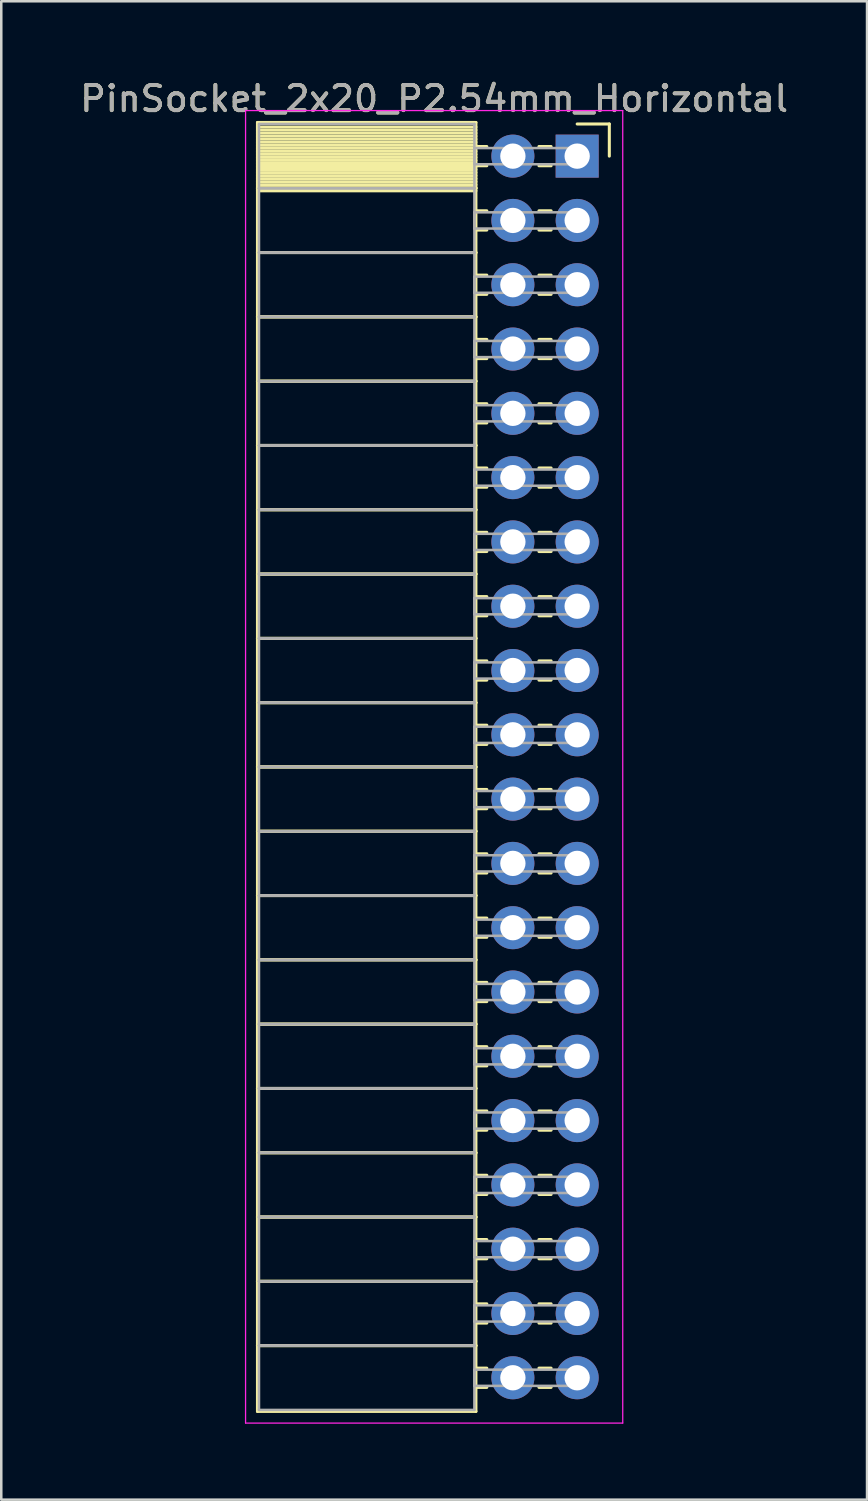
<source format=kicad_pcb>
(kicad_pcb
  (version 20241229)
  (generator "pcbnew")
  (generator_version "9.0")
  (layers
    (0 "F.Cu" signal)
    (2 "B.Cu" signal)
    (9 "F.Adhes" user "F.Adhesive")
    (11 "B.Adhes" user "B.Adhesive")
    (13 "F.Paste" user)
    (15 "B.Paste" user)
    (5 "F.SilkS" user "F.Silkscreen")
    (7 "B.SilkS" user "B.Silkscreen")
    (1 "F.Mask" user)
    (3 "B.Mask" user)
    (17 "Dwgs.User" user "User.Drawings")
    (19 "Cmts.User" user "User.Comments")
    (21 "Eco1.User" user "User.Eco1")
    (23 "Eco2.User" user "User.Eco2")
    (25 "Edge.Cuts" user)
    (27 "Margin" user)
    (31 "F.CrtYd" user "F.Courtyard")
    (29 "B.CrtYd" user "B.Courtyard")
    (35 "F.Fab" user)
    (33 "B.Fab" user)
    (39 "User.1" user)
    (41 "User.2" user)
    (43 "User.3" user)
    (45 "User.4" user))
  (footprint "PinSocket_2x20_P2.54mm_Horizontal"
    (layer "F.Cu")
    (at 19.751 3.118)
    (property "Reference" "PinSocket_2x20_P2.54mm_Horizontal" (at -5.65 -2.27 0) (layer "F.SilkS") (effects (font (size 1 1) (thickness 0.15))))
    (attr through_hole)
    (fp_line (start -12.63 -1.33) (end -4 -1.33) (stroke (width 0.12) (type solid)) (layer "F.SilkS"))
    (fp_line (start -12.63 1.27) (end -12.63 -1.33) (stroke (width 0.12) (type solid)) (layer "F.SilkS"))
    (fp_line (start -12.63 1.27) (end -4 1.27) (stroke (width 0.12) (type solid)) (layer "F.SilkS"))
    (fp_line (start -12.63 3.81) (end -12.63 1.27) (stroke (width 0.12) (type solid)) (layer "F.SilkS"))
    (fp_line (start -12.63 3.81) (end -4 3.81) (stroke (width 0.12) (type solid)) (layer "F.SilkS"))
    (fp_line (start -12.63 6.35) (end -12.63 3.81) (stroke (width 0.12) (type solid)) (layer "F.SilkS"))
    (fp_line (start -12.63 6.35) (end -4 6.35) (stroke (width 0.12) (type solid)) (layer "F.SilkS"))
    (fp_line (start -12.63 8.89) (end -12.63 6.35) (stroke (width 0.12) (type solid)) (layer "F.SilkS"))
    (fp_line (start -12.63 8.89) (end -4 8.89) (stroke (width 0.12) (type solid)) (layer "F.SilkS"))
    (fp_line (start -12.63 11.43) (end -12.63 8.89) (stroke (width 0.12) (type solid)) (layer "F.SilkS"))
    (fp_line (start -12.63 11.43) (end -4 11.43) (stroke (width 0.12) (type solid)) (layer "F.SilkS"))
    (fp_line (start -12.63 13.97) (end -12.63 11.43) (stroke (width 0.12) (type solid)) (layer "F.SilkS"))
    (fp_line (start -12.63 13.97) (end -4 13.97) (stroke (width 0.12) (type solid)) (layer "F.SilkS"))
    (fp_line (start -12.63 16.51) (end -12.63 13.97) (stroke (width 0.12) (type solid)) (layer "F.SilkS"))
    (fp_line (start -12.63 16.51) (end -4 16.51) (stroke (width 0.12) (type solid)) (layer "F.SilkS"))
    (fp_line (start -12.63 19.05) (end -12.63 16.51) (stroke (width 0.12) (type solid)) (layer "F.SilkS"))
    (fp_line (start -12.63 19.05) (end -4 19.05) (stroke (width 0.12) (type solid)) (layer "F.SilkS"))
    (fp_line (start -12.63 21.59) (end -12.63 19.05) (stroke (width 0.12) (type solid)) (layer "F.SilkS"))
    (fp_line (start -12.63 21.59) (end -4 21.59) (stroke (width 0.12) (type solid)) (layer "F.SilkS"))
    (fp_line (start -12.63 24.13) (end -12.63 21.59) (stroke (width 0.12) (type solid)) (layer "F.SilkS"))
    (fp_line (start -12.63 24.13) (end -4 24.13) (stroke (width 0.12) (type solid)) (layer "F.SilkS"))
    (fp_line (start -12.63 26.67) (end -12.63 24.13) (stroke (width 0.12) (type solid)) (layer "F.SilkS"))
    (fp_line (start -12.63 26.67) (end -4 26.67) (stroke (width 0.12) (type solid)) (layer "F.SilkS"))
    (fp_line (start -12.63 29.21) (end -12.63 26.67) (stroke (width 0.12) (type solid)) (layer "F.SilkS"))
    (fp_line (start -12.63 29.21) (end -4 29.21) (stroke (width 0.12) (type solid)) (layer "F.SilkS"))
    (fp_line (start -12.63 31.75) (end -12.63 29.21) (stroke (width 0.12) (type solid)) (layer "F.SilkS"))
    (fp_line (start -12.63 31.75) (end -4 31.75) (stroke (width 0.12) (type solid)) (layer "F.SilkS"))
    (fp_line (start -12.63 34.29) (end -12.63 31.75) (stroke (width 0.12) (type solid)) (layer "F.SilkS"))
    (fp_line (start -12.63 34.29) (end -4 34.29) (stroke (width 0.12) (type solid)) (layer "F.SilkS"))
    (fp_line (start -12.63 36.83) (end -12.63 34.29) (stroke (width 0.12) (type solid)) (layer "F.SilkS"))
    (fp_line (start -12.63 36.83) (end -4 36.83) (stroke (width 0.12) (type solid)) (layer "F.SilkS"))
    (fp_line (start -12.63 39.37) (end -12.63 36.83) (stroke (width 0.12) (type solid)) (layer "F.SilkS"))
    (fp_line (start -12.63 39.37) (end -4 39.37) (stroke (width 0.12) (type solid)) (layer "F.SilkS"))
    (fp_line (start -12.63 41.91) (end -12.63 39.37) (stroke (width 0.12) (type solid)) (layer "F.SilkS"))
    (fp_line (start -12.63 41.91) (end -4 41.91) (stroke (width 0.12) (type solid)) (layer "F.SilkS"))
    (fp_line (start -12.63 44.45) (end -12.63 41.91) (stroke (width 0.12) (type solid)) (layer "F.SilkS"))
    (fp_line (start -12.63 44.45) (end -4 44.45) (stroke (width 0.12) (type solid)) (layer "F.SilkS"))
    (fp_line (start -12.63 46.99) (end -12.63 44.45) (stroke (width 0.12) (type solid)) (layer "F.SilkS"))
    (fp_line (start -12.63 46.99) (end -4 46.99) (stroke (width 0.12) (type solid)) (layer "F.SilkS"))
    (fp_line (start -12.63 49.59) (end -12.63 46.99) (stroke (width 0.12) (type solid)) (layer "F.SilkS"))
    (fp_line (start -4 -1.33) (end -4 1.27) (stroke (width 0.12) (type solid)) (layer "F.SilkS"))
    (fp_line (start -4 -1.15) (end -12.63 -1.15) (stroke (width 0.12) (type solid)) (layer "F.SilkS"))
    (fp_line (start -4 -1.03) (end -12.63 -1.03) (stroke (width 0.12) (type solid)) (layer "F.SilkS"))
    (fp_line (start -4 -0.91) (end -12.63 -0.91) (stroke (width 0.12) (type solid)) (layer "F.SilkS"))
    (fp_line (start -4 -0.79) (end -12.63 -0.79) (stroke (width 0.12) (type solid)) (layer "F.SilkS"))
    (fp_line (start -4 -0.67) (end -12.63 -0.67) (stroke (width 0.12) (type solid)) (layer "F.SilkS"))
    (fp_line (start -4 -0.55) (end -12.63 -0.55) (stroke (width 0.12) (type solid)) (layer "F.SilkS"))
    (fp_line (start -4 -0.43) (end -12.63 -0.43) (stroke (width 0.12) (type solid)) (layer "F.SilkS"))
    (fp_line (start -4 -0.31) (end -12.63 -0.31) (stroke (width 0.12) (type solid)) (layer "F.SilkS"))
    (fp_line (start -4 -0.19) (end -12.63 -0.19) (stroke (width 0.12) (type solid)) (layer "F.SilkS"))
    (fp_line (start -4 -0.07) (end -12.63 -0.07) (stroke (width 0.12) (type solid)) (layer "F.SilkS"))
    (fp_line (start -4 0.05) (end -12.63 0.05) (stroke (width 0.12) (type solid)) (layer "F.SilkS"))
    (fp_line (start -4 0.17) (end -12.63 0.17) (stroke (width 0.12) (type solid)) (layer "F.SilkS"))
    (fp_line (start -4 0.29) (end -12.63 0.29) (stroke (width 0.12) (type solid)) (layer "F.SilkS"))
    (fp_line (start -4 0.41) (end -12.63 0.41) (stroke (width 0.12) (type solid)) (layer "F.SilkS"))
    (fp_line (start -4 0.53) (end -12.63 0.53) (stroke (width 0.12) (type solid)) (layer "F.SilkS"))
    (fp_line (start -4 0.65) (end -12.63 0.65) (stroke (width 0.12) (type solid)) (layer "F.SilkS"))
    (fp_line (start -4 0.77) (end -12.63 0.77) (stroke (width 0.12) (type solid)) (layer "F.SilkS"))
    (fp_line (start -4 0.89) (end -12.63 0.89) (stroke (width 0.12) (type solid)) (layer "F.SilkS"))
    (fp_line (start -4 1.01) (end -12.63 1.01) (stroke (width 0.12) (type solid)) (layer "F.SilkS"))
    (fp_line (start -4 1.13) (end -12.63 1.13) (stroke (width 0.12) (type solid)) (layer "F.SilkS"))
    (fp_line (start -4 1.25) (end -12.63 1.25) (stroke (width 0.12) (type solid)) (layer "F.SilkS"))
    (fp_line (start -4 1.27) (end -12.63 1.27) (stroke (width 0.12) (type solid)) (layer "F.SilkS"))
    (fp_line (start -4 1.27) (end -4 3.81) (stroke (width 0.12) (type solid)) (layer "F.SilkS"))
    (fp_line (start -4 1.37) (end -12.63 1.37) (stroke (width 0.12) (type solid)) (layer "F.SilkS"))
    (fp_line (start -4 3.81) (end -12.63 3.81) (stroke (width 0.12) (type solid)) (layer "F.SilkS"))
    (fp_line (start -4 3.81) (end -4 6.35) (stroke (width 0.12) (type solid)) (layer "F.SilkS"))
    (fp_line (start -4 6.35) (end -12.63 6.35) (stroke (width 0.12) (type solid)) (layer "F.SilkS"))
    (fp_line (start -4 6.35) (end -4 8.89) (stroke (width 0.12) (type solid)) (layer "F.SilkS"))
    (fp_line (start -4 8.89) (end -12.63 8.89) (stroke (width 0.12) (type solid)) (layer "F.SilkS"))
    (fp_line (start -4 8.89) (end -4 11.43) (stroke (width 0.12) (type solid)) (layer "F.SilkS"))
    (fp_line (start -4 11.43) (end -12.63 11.43) (stroke (width 0.12) (type solid)) (layer "F.SilkS"))
    (fp_line (start -4 11.43) (end -4 13.97) (stroke (width 0.12) (type solid)) (layer "F.SilkS"))
    (fp_line (start -4 13.97) (end -12.63 13.97) (stroke (width 0.12) (type solid)) (layer "F.SilkS"))
    (fp_line (start -4 13.97) (end -4 16.51) (stroke (width 0.12) (type solid)) (layer "F.SilkS"))
    (fp_line (start -4 16.51) (end -12.63 16.51) (stroke (width 0.12) (type solid)) (layer "F.SilkS"))
    (fp_line (start -4 16.51) (end -4 19.05) (stroke (width 0.12) (type solid)) (layer "F.SilkS"))
    (fp_line (start -4 19.05) (end -12.63 19.05) (stroke (width 0.12) (type solid)) (layer "F.SilkS"))
    (fp_line (start -4 19.05) (end -4 21.59) (stroke (width 0.12) (type solid)) (layer "F.SilkS"))
    (fp_line (start -4 21.59) (end -12.63 21.59) (stroke (width 0.12) (type solid)) (layer "F.SilkS"))
    (fp_line (start -4 21.59) (end -4 24.13) (stroke (width 0.12) (type solid)) (layer "F.SilkS"))
    (fp_line (start -4 24.13) (end -12.63 24.13) (stroke (width 0.12) (type solid)) (layer "F.SilkS"))
    (fp_line (start -4 24.13) (end -4 26.67) (stroke (width 0.12) (type solid)) (layer "F.SilkS"))
    (fp_line (start -4 26.67) (end -12.63 26.67) (stroke (width 0.12) (type solid)) (layer "F.SilkS"))
    (fp_line (start -4 26.67) (end -4 29.21) (stroke (width 0.12) (type solid)) (layer "F.SilkS"))
    (fp_line (start -4 29.21) (end -12.63 29.21) (stroke (width 0.12) (type solid)) (layer "F.SilkS"))
    (fp_line (start -4 29.21) (end -4 31.75) (stroke (width 0.12) (type solid)) (layer "F.SilkS"))
    (fp_line (start -4 31.75) (end -12.63 31.75) (stroke (width 0.12) (type solid)) (layer "F.SilkS"))
    (fp_line (start -4 31.75) (end -4 34.29) (stroke (width 0.12) (type solid)) (layer "F.SilkS"))
    (fp_line (start -4 34.29) (end -12.63 34.29) (stroke (width 0.12) (type solid)) (layer "F.SilkS"))
    (fp_line (start -4 34.29) (end -4 36.83) (stroke (width 0.12) (type solid)) (layer "F.SilkS"))
    (fp_line (start -4 36.83) (end -12.63 36.83) (stroke (width 0.12) (type solid)) (layer "F.SilkS"))
    (fp_line (start -4 36.83) (end -4 39.37) (stroke (width 0.12) (type solid)) (layer "F.SilkS"))
    (fp_line (start -4 39.37) (end -12.63 39.37) (stroke (width 0.12) (type solid)) (layer "F.SilkS"))
    (fp_line (start -4 39.37) (end -4 41.91) (stroke (width 0.12) (type solid)) (layer "F.SilkS"))
    (fp_line (start -4 41.91) (end -12.63 41.91) (stroke (width 0.12) (type solid)) (layer "F.SilkS"))
    (fp_line (start -4 41.91) (end -4 44.45) (stroke (width 0.12) (type solid)) (layer "F.SilkS"))
    (fp_line (start -4 44.45) (end -12.63 44.45) (stroke (width 0.12) (type solid)) (layer "F.SilkS"))
    (fp_line (start -4 44.45) (end -4 46.99) (stroke (width 0.12) (type solid)) (layer "F.SilkS"))
    (fp_line (start -4 46.99) (end -12.63 46.99) (stroke (width 0.12) (type solid)) (layer "F.SilkS"))
    (fp_line (start -4 46.99) (end -4 49.59) (stroke (width 0.12) (type solid)) (layer "F.SilkS"))
    (fp_line (start -4 49.59) (end -12.63 49.59) (stroke (width 0.12) (type solid)) (layer "F.SilkS"))
    (fp_line (start -3.57 -0.38) (end -4 -0.38) (stroke (width 0.12) (type solid)) (layer "F.SilkS"))
    (fp_line (start -3.57 0.38) (end -4 0.38) (stroke (width 0.12) (type solid)) (layer "F.SilkS"))
    (fp_line (start -3.57 2.16) (end -4 2.16) (stroke (width 0.12) (type solid)) (layer "F.SilkS"))
    (fp_line (start -3.57 2.92) (end -4 2.92) (stroke (width 0.12) (type solid)) (layer "F.SilkS"))
    (fp_line (start -3.57 4.7) (end -4 4.7) (stroke (width 0.12) (type solid)) (layer "F.SilkS"))
    (fp_line (start -3.57 5.46) (end -4 5.46) (stroke (width 0.12) (type solid)) (layer "F.SilkS"))
    (fp_line (start -3.57 7.24) (end -4 7.24) (stroke (width 0.12) (type solid)) (layer "F.SilkS"))
    (fp_line (start -3.57 8) (end -4 8) (stroke (width 0.12) (type solid)) (layer "F.SilkS"))
    (fp_line (start -3.57 9.78) (end -4 9.78) (stroke (width 0.12) (type solid)) (layer "F.SilkS"))
    (fp_line (start -3.57 10.54) (end -4 10.54) (stroke (width 0.12) (type solid)) (layer "F.SilkS"))
    (fp_line (start -3.57 12.32) (end -4 12.32) (stroke (width 0.12) (type solid)) (layer "F.SilkS"))
    (fp_line (start -3.57 13.08) (end -4 13.08) (stroke (width 0.12) (type solid)) (layer "F.SilkS"))
    (fp_line (start -3.57 14.86) (end -4 14.86) (stroke (width 0.12) (type solid)) (layer "F.SilkS"))
    (fp_line (start -3.57 15.62) (end -4 15.62) (stroke (width 0.12) (type solid)) (layer "F.SilkS"))
    (fp_line (start -3.57 17.4) (end -4 17.4) (stroke (width 0.12) (type solid)) (layer "F.SilkS"))
    (fp_line (start -3.57 18.16) (end -4 18.16) (stroke (width 0.12) (type solid)) (layer "F.SilkS"))
    (fp_line (start -3.57 19.94) (end -4 19.94) (stroke (width 0.12) (type solid)) (layer "F.SilkS"))
    (fp_line (start -3.57 20.7) (end -4 20.7) (stroke (width 0.12) (type solid)) (layer "F.SilkS"))
    (fp_line (start -3.57 22.48) (end -4 22.48) (stroke (width 0.12) (type solid)) (layer "F.SilkS"))
    (fp_line (start -3.57 23.24) (end -4 23.24) (stroke (width 0.12) (type solid)) (layer "F.SilkS"))
    (fp_line (start -3.57 25.02) (end -4 25.02) (stroke (width 0.12) (type solid)) (layer "F.SilkS"))
    (fp_line (start -3.57 25.78) (end -4 25.78) (stroke (width 0.12) (type solid)) (layer "F.SilkS"))
    (fp_line (start -3.57 27.56) (end -4 27.56) (stroke (width 0.12) (type solid)) (layer "F.SilkS"))
    (fp_line (start -3.57 28.32) (end -4 28.32) (stroke (width 0.12) (type solid)) (layer "F.SilkS"))
    (fp_line (start -3.57 30.1) (end -4 30.1) (stroke (width 0.12) (type solid)) (layer "F.SilkS"))
    (fp_line (start -3.57 30.86) (end -4 30.86) (stroke (width 0.12) (type solid)) (layer "F.SilkS"))
    (fp_line (start -3.57 32.64) (end -4 32.64) (stroke (width 0.12) (type solid)) (layer "F.SilkS"))
    (fp_line (start -3.57 33.4) (end -4 33.4) (stroke (width 0.12) (type solid)) (layer "F.SilkS"))
    (fp_line (start -3.57 35.18) (end -4 35.18) (stroke (width 0.12) (type solid)) (layer "F.SilkS"))
    (fp_line (start -3.57 35.94) (end -4 35.94) (stroke (width 0.12) (type solid)) (layer "F.SilkS"))
    (fp_line (start -3.57 37.72) (end -4 37.72) (stroke (width 0.12) (type solid)) (layer "F.SilkS"))
    (fp_line (start -3.57 38.48) (end -4 38.48) (stroke (width 0.12) (type solid)) (layer "F.SilkS"))
    (fp_line (start -3.57 40.26) (end -4 40.26) (stroke (width 0.12) (type solid)) (layer "F.SilkS"))
    (fp_line (start -3.57 41.02) (end -4 41.02) (stroke (width 0.12) (type solid)) (layer "F.SilkS"))
    (fp_line (start -3.57 42.8) (end -4 42.8) (stroke (width 0.12) (type solid)) (layer "F.SilkS"))
    (fp_line (start -3.57 43.56) (end -4 43.56) (stroke (width 0.12) (type solid)) (layer "F.SilkS"))
    (fp_line (start -3.57 45.34) (end -4 45.34) (stroke (width 0.12) (type solid)) (layer "F.SilkS"))
    (fp_line (start -3.57 46.1) (end -4 46.1) (stroke (width 0.12) (type solid)) (layer "F.SilkS"))
    (fp_line (start -3.57 47.88) (end -4 47.88) (stroke (width 0.12) (type solid)) (layer "F.SilkS"))
    (fp_line (start -3.57 48.64) (end -4 48.64) (stroke (width 0.12) (type solid)) (layer "F.SilkS"))
    (fp_line (start -1.03 -0.38) (end -1.51 -0.38) (stroke (width 0.12) (type solid)) (layer "F.SilkS"))
    (fp_line (start -1.03 0.38) (end -1.51 0.38) (stroke (width 0.12) (type solid)) (layer "F.SilkS"))
    (fp_line (start -1.03 2.16) (end -1.51 2.16) (stroke (width 0.12) (type solid)) (layer "F.SilkS"))
    (fp_line (start -1.03 2.92) (end -1.51 2.92) (stroke (width 0.12) (type solid)) (layer "F.SilkS"))
    (fp_line (start -1.03 4.7) (end -1.51 4.7) (stroke (width 0.12) (type solid)) (layer "F.SilkS"))
    (fp_line (start -1.03 5.46) (end -1.51 5.46) (stroke (width 0.12) (type solid)) (layer "F.SilkS"))
    (fp_line (start -1.03 7.24) (end -1.51 7.24) (stroke (width 0.12) (type solid)) (layer "F.SilkS"))
    (fp_line (start -1.03 8) (end -1.51 8) (stroke (width 0.12) (type solid)) (layer "F.SilkS"))
    (fp_line (start -1.03 9.78) (end -1.51 9.78) (stroke (width 0.12) (type solid)) (layer "F.SilkS"))
    (fp_line (start -1.03 10.54) (end -1.51 10.54) (stroke (width 0.12) (type solid)) (layer "F.SilkS"))
    (fp_line (start -1.03 12.32) (end -1.51 12.32) (stroke (width 0.12) (type solid)) (layer "F.SilkS"))
    (fp_line (start -1.03 13.08) (end -1.51 13.08) (stroke (width 0.12) (type solid)) (layer "F.SilkS"))
    (fp_line (start -1.03 14.86) (end -1.51 14.86) (stroke (width 0.12) (type solid)) (layer "F.SilkS"))
    (fp_line (start -1.03 15.62) (end -1.51 15.62) (stroke (width 0.12) (type solid)) (layer "F.SilkS"))
    (fp_line (start -1.03 17.4) (end -1.51 17.4) (stroke (width 0.12) (type solid)) (layer "F.SilkS"))
    (fp_line (start -1.03 18.16) (end -1.51 18.16) (stroke (width 0.12) (type solid)) (layer "F.SilkS"))
    (fp_line (start -1.03 19.94) (end -1.51 19.94) (stroke (width 0.12) (type solid)) (layer "F.SilkS"))
    (fp_line (start -1.03 20.7) (end -1.51 20.7) (stroke (width 0.12) (type solid)) (layer "F.SilkS"))
    (fp_line (start -1.03 22.48) (end -1.51 22.48) (stroke (width 0.12) (type solid)) (layer "F.SilkS"))
    (fp_line (start -1.03 23.24) (end -1.51 23.24) (stroke (width 0.12) (type solid)) (layer "F.SilkS"))
    (fp_line (start -1.03 25.02) (end -1.51 25.02) (stroke (width 0.12) (type solid)) (layer "F.SilkS"))
    (fp_line (start -1.03 25.78) (end -1.51 25.78) (stroke (width 0.12) (type solid)) (layer "F.SilkS"))
    (fp_line (start -1.03 27.56) (end -1.51 27.56) (stroke (width 0.12) (type solid)) (layer "F.SilkS"))
    (fp_line (start -1.03 28.32) (end -1.51 28.32) (stroke (width 0.12) (type solid)) (layer "F.SilkS"))
    (fp_line (start -1.03 30.1) (end -1.51 30.1) (stroke (width 0.12) (type solid)) (layer "F.SilkS"))
    (fp_line (start -1.03 30.86) (end -1.51 30.86) (stroke (width 0.12) (type solid)) (layer "F.SilkS"))
    (fp_line (start -1.03 32.64) (end -1.51 32.64) (stroke (width 0.12) (type solid)) (layer "F.SilkS"))
    (fp_line (start -1.03 33.4) (end -1.51 33.4) (stroke (width 0.12) (type solid)) (layer "F.SilkS"))
    (fp_line (start -1.03 35.18) (end -1.51 35.18) (stroke (width 0.12) (type solid)) (layer "F.SilkS"))
    (fp_line (start -1.03 35.94) (end -1.51 35.94) (stroke (width 0.12) (type solid)) (layer "F.SilkS"))
    (fp_line (start -1.03 37.72) (end -1.51 37.72) (stroke (width 0.12) (type solid)) (layer "F.SilkS"))
    (fp_line (start -1.03 38.48) (end -1.51 38.48) (stroke (width 0.12) (type solid)) (layer "F.SilkS"))
    (fp_line (start -1.03 40.26) (end -1.51 40.26) (stroke (width 0.12) (type solid)) (layer "F.SilkS"))
    (fp_line (start -1.03 41.02) (end -1.51 41.02) (stroke (width 0.12) (type solid)) (layer "F.SilkS"))
    (fp_line (start -1.03 42.8) (end -1.51 42.8) (stroke (width 0.12) (type solid)) (layer "F.SilkS"))
    (fp_line (start -1.03 43.56) (end -1.51 43.56) (stroke (width 0.12) (type solid)) (layer "F.SilkS"))
    (fp_line (start -1.03 45.34) (end -1.51 45.34) (stroke (width 0.12) (type solid)) (layer "F.SilkS"))
    (fp_line (start -1.03 46.1) (end -1.51 46.1) (stroke (width 0.12) (type solid)) (layer "F.SilkS"))
    (fp_line (start -1.03 47.88) (end -1.51 47.88) (stroke (width 0.12) (type solid)) (layer "F.SilkS"))
    (fp_line (start -1.03 48.64) (end -1.51 48.64) (stroke (width 0.12) (type solid)) (layer "F.SilkS"))
    (fp_line (start 0 -1.27) (end 1.27 -1.27) (stroke (width 0.12) (type solid)) (layer "F.SilkS"))
    (fp_line (start 1.27 -1.27) (end 1.27 0) (stroke (width 0.12) (type solid)) (layer "F.SilkS"))
    (fp_line (start -13.1 -1.8) (end 1.8 -1.8) (stroke (width 0.05) (type solid)) (layer "F.CrtYd"))
    (fp_line (start -13.1 50.05) (end -13.1 -1.8) (stroke (width 0.05) (type solid)) (layer "F.CrtYd"))
    (fp_line (start 1.8 -1.8) (end 1.8 50.05) (stroke (width 0.05) (type solid)) (layer "F.CrtYd"))
    (fp_line (start 1.8 50.05) (end -13.1 50.05) (stroke (width 0.05) (type solid)) (layer "F.CrtYd"))
    (fp_line (start -12.57 -1.27) (end -4.06 -1.27) (stroke (width 0.1) (type solid)) (layer "F.Fab"))
    (fp_line (start -12.57 1.27) (end -12.57 -1.27) (stroke (width 0.1) (type solid)) (layer "F.Fab"))
    (fp_line (start -12.57 1.27) (end -4.06 1.27) (stroke (width 0.1) (type solid)) (layer "F.Fab"))
    (fp_line (start -12.57 3.81) (end -12.57 1.27) (stroke (width 0.1) (type solid)) (layer "F.Fab"))
    (fp_line (start -12.57 3.81) (end -4.06 3.81) (stroke (width 0.1) (type solid)) (layer "F.Fab"))
    (fp_line (start -12.57 6.35) (end -12.57 3.81) (stroke (width 0.1) (type solid)) (layer "F.Fab"))
    (fp_line (start -12.57 6.35) (end -4.06 6.35) (stroke (width 0.1) (type solid)) (layer "F.Fab"))
    (fp_line (start -12.57 8.89) (end -12.57 6.35) (stroke (width 0.1) (type solid)) (layer "F.Fab"))
    (fp_line (start -12.57 8.89) (end -4.06 8.89) (stroke (width 0.1) (type solid)) (layer "F.Fab"))
    (fp_line (start -12.57 11.43) (end -12.57 8.89) (stroke (width 0.1) (type solid)) (layer "F.Fab"))
    (fp_line (start -12.57 11.43) (end -4.06 11.43) (stroke (width 0.1) (type solid)) (layer "F.Fab"))
    (fp_line (start -12.57 13.97) (end -12.57 11.43) (stroke (width 0.1) (type solid)) (layer "F.Fab"))
    (fp_line (start -12.57 13.97) (end -4.06 13.97) (stroke (width 0.1) (type solid)) (layer "F.Fab"))
    (fp_line (start -12.57 16.51) (end -12.57 13.97) (stroke (width 0.1) (type solid)) (layer "F.Fab"))
    (fp_line (start -12.57 16.51) (end -4.06 16.51) (stroke (width 0.1) (type solid)) (layer "F.Fab"))
    (fp_line (start -12.57 19.05) (end -12.57 16.51) (stroke (width 0.1) (type solid)) (layer "F.Fab"))
    (fp_line (start -12.57 19.05) (end -4.06 19.05) (stroke (width 0.1) (type solid)) (layer "F.Fab"))
    (fp_line (start -12.57 21.59) (end -12.57 19.05) (stroke (width 0.1) (type solid)) (layer "F.Fab"))
    (fp_line (start -12.57 21.59) (end -4.06 21.59) (stroke (width 0.1) (type solid)) (layer "F.Fab"))
    (fp_line (start -12.57 24.13) (end -12.57 21.59) (stroke (width 0.1) (type solid)) (layer "F.Fab"))
    (fp_line (start -12.57 24.13) (end -4.06 24.13) (stroke (width 0.1) (type solid)) (layer "F.Fab"))
    (fp_line (start -12.57 26.67) (end -12.57 24.13) (stroke (width 0.1) (type solid)) (layer "F.Fab"))
    (fp_line (start -12.57 26.67) (end -4.06 26.67) (stroke (width 0.1) (type solid)) (layer "F.Fab"))
    (fp_line (start -12.57 29.21) (end -12.57 26.67) (stroke (width 0.1) (type solid)) (layer "F.Fab"))
    (fp_line (start -12.57 29.21) (end -4.06 29.21) (stroke (width 0.1) (type solid)) (layer "F.Fab"))
    (fp_line (start -12.57 31.75) (end -12.57 29.21) (stroke (width 0.1) (type solid)) (layer "F.Fab"))
    (fp_line (start -12.57 31.75) (end -4.06 31.75) (stroke (width 0.1) (type solid)) (layer "F.Fab"))
    (fp_line (start -12.57 34.29) (end -12.57 31.75) (stroke (width 0.1) (type solid)) (layer "F.Fab"))
    (fp_line (start -12.57 34.29) (end -4.06 34.29) (stroke (width 0.1) (type solid)) (layer "F.Fab"))
    (fp_line (start -12.57 36.83) (end -12.57 34.29) (stroke (width 0.1) (type solid)) (layer "F.Fab"))
    (fp_line (start -12.57 36.83) (end -4.06 36.83) (stroke (width 0.1) (type solid)) (layer "F.Fab"))
    (fp_line (start -12.57 39.37) (end -12.57 36.83) (stroke (width 0.1) (type solid)) (layer "F.Fab"))
    (fp_line (start -12.57 39.37) (end -4.06 39.37) (stroke (width 0.1) (type solid)) (layer "F.Fab"))
    (fp_line (start -12.57 41.91) (end -12.57 39.37) (stroke (width 0.1) (type solid)) (layer "F.Fab"))
    (fp_line (start -12.57 41.91) (end -4.06 41.91) (stroke (width 0.1) (type solid)) (layer "F.Fab"))
    (fp_line (start -12.57 44.45) (end -12.57 41.91) (stroke (width 0.1) (type solid)) (layer "F.Fab"))
    (fp_line (start -12.57 44.45) (end -4.06 44.45) (stroke (width 0.1) (type solid)) (layer "F.Fab"))
    (fp_line (start -12.57 46.99) (end -12.57 44.45) (stroke (width 0.1) (type solid)) (layer "F.Fab"))
    (fp_line (start -12.57 46.99) (end -4.06 46.99) (stroke (width 0.1) (type solid)) (layer "F.Fab"))
    (fp_line (start -12.57 49.53) (end -12.57 46.99) (stroke (width 0.1) (type solid)) (layer "F.Fab"))
    (fp_line (start -4.06 -1.27) (end -4.06 1.27) (stroke (width 0.1) (type solid)) (layer "F.Fab"))
    (fp_line (start -4.06 -0.32) (end 0 -0.32) (stroke (width 0.1) (type solid)) (layer "F.Fab"))
    (fp_line (start -4.06 0.32) (end -4.06 -0.32) (stroke (width 0.1) (type solid)) (layer "F.Fab"))
    (fp_line (start -4.06 1.27) (end -12.57 1.27) (stroke (width 0.1) (type solid)) (layer "F.Fab"))
    (fp_line (start -4.06 1.27) (end -4.06 3.81) (stroke (width 0.1) (type solid)) (layer "F.Fab"))
    (fp_line (start -4.06 2.22) (end 0 2.22) (stroke (width 0.1) (type solid)) (layer "F.Fab"))
    (fp_line (start -4.06 2.86) (end -4.06 2.22) (stroke (width 0.1) (type solid)) (layer "F.Fab"))
    (fp_line (start -4.06 3.81) (end -12.57 3.81) (stroke (width 0.1) (type solid)) (layer "F.Fab"))
    (fp_line (start -4.06 3.81) (end -4.06 6.35) (stroke (width 0.1) (type solid)) (layer "F.Fab"))
    (fp_line (start -4.06 4.76) (end 0 4.76) (stroke (width 0.1) (type solid)) (layer "F.Fab"))
    (fp_line (start -4.06 5.4) (end -4.06 4.76) (stroke (width 0.1) (type solid)) (layer "F.Fab"))
    (fp_line (start -4.06 6.35) (end -12.57 6.35) (stroke (width 0.1) (type solid)) (layer "F.Fab"))
    (fp_line (start -4.06 6.35) (end -4.06 8.89) (stroke (width 0.1) (type solid)) (layer "F.Fab"))
    (fp_line (start -4.06 7.3) (end 0 7.3) (stroke (width 0.1) (type solid)) (layer "F.Fab"))
    (fp_line (start -4.06 7.94) (end -4.06 7.3) (stroke (width 0.1) (type solid)) (layer "F.Fab"))
    (fp_line (start -4.06 8.89) (end -12.57 8.89) (stroke (width 0.1) (type solid)) (layer "F.Fab"))
    (fp_line (start -4.06 8.89) (end -4.06 11.43) (stroke (width 0.1) (type solid)) (layer "F.Fab"))
    (fp_line (start -4.06 9.84) (end 0 9.84) (stroke (width 0.1) (type solid)) (layer "F.Fab"))
    (fp_line (start -4.06 10.48) (end -4.06 9.84) (stroke (width 0.1) (type solid)) (layer "F.Fab"))
    (fp_line (start -4.06 11.43) (end -12.57 11.43) (stroke (width 0.1) (type solid)) (layer "F.Fab"))
    (fp_line (start -4.06 11.43) (end -4.06 13.97) (stroke (width 0.1) (type solid)) (layer "F.Fab"))
    (fp_line (start -4.06 12.38) (end 0 12.38) (stroke (width 0.1) (type solid)) (layer "F.Fab"))
    (fp_line (start -4.06 13.02) (end -4.06 12.38) (stroke (width 0.1) (type solid)) (layer "F.Fab"))
    (fp_line (start -4.06 13.97) (end -12.57 13.97) (stroke (width 0.1) (type solid)) (layer "F.Fab"))
    (fp_line (start -4.06 13.97) (end -4.06 16.51) (stroke (width 0.1) (type solid)) (layer "F.Fab"))
    (fp_line (start -4.06 14.92) (end 0 14.92) (stroke (width 0.1) (type solid)) (layer "F.Fab"))
    (fp_line (start -4.06 15.56) (end -4.06 14.92) (stroke (width 0.1) (type solid)) (layer "F.Fab"))
    (fp_line (start -4.06 16.51) (end -12.57 16.51) (stroke (width 0.1) (type solid)) (layer "F.Fab"))
    (fp_line (start -4.06 16.51) (end -4.06 19.05) (stroke (width 0.1) (type solid)) (layer "F.Fab"))
    (fp_line (start -4.06 17.46) (end 0 17.46) (stroke (width 0.1) (type solid)) (layer "F.Fab"))
    (fp_line (start -4.06 18.1) (end -4.06 17.46) (stroke (width 0.1) (type solid)) (layer "F.Fab"))
    (fp_line (start -4.06 19.05) (end -12.57 19.05) (stroke (width 0.1) (type solid)) (layer "F.Fab"))
    (fp_line (start -4.06 19.05) (end -4.06 21.59) (stroke (width 0.1) (type solid)) (layer "F.Fab"))
    (fp_line (start -4.06 20) (end 0 20) (stroke (width 0.1) (type solid)) (layer "F.Fab"))
    (fp_line (start -4.06 20.64) (end -4.06 20) (stroke (width 0.1) (type solid)) (layer "F.Fab"))
    (fp_line (start -4.06 21.59) (end -12.57 21.59) (stroke (width 0.1) (type solid)) (layer "F.Fab"))
    (fp_line (start -4.06 21.59) (end -4.06 24.13) (stroke (width 0.1) (type solid)) (layer "F.Fab"))
    (fp_line (start -4.06 22.54) (end 0 22.54) (stroke (width 0.1) (type solid)) (layer "F.Fab"))
    (fp_line (start -4.06 23.18) (end -4.06 22.54) (stroke (width 0.1) (type solid)) (layer "F.Fab"))
    (fp_line (start -4.06 24.13) (end -12.57 24.13) (stroke (width 0.1) (type solid)) (layer "F.Fab"))
    (fp_line (start -4.06 24.13) (end -4.06 26.67) (stroke (width 0.1) (type solid)) (layer "F.Fab"))
    (fp_line (start -4.06 25.08) (end 0 25.08) (stroke (width 0.1) (type solid)) (layer "F.Fab"))
    (fp_line (start -4.06 25.72) (end -4.06 25.08) (stroke (width 0.1) (type solid)) (layer "F.Fab"))
    (fp_line (start -4.06 26.67) (end -12.57 26.67) (stroke (width 0.1) (type solid)) (layer "F.Fab"))
    (fp_line (start -4.06 26.67) (end -4.06 29.21) (stroke (width 0.1) (type solid)) (layer "F.Fab"))
    (fp_line (start -4.06 27.62) (end 0 27.62) (stroke (width 0.1) (type solid)) (layer "F.Fab"))
    (fp_line (start -4.06 28.26) (end -4.06 27.62) (stroke (width 0.1) (type solid)) (layer "F.Fab"))
    (fp_line (start -4.06 29.21) (end -12.57 29.21) (stroke (width 0.1) (type solid)) (layer "F.Fab"))
    (fp_line (start -4.06 29.21) (end -4.06 31.75) (stroke (width 0.1) (type solid)) (layer "F.Fab"))
    (fp_line (start -4.06 30.16) (end 0 30.16) (stroke (width 0.1) (type solid)) (layer "F.Fab"))
    (fp_line (start -4.06 30.8) (end -4.06 30.16) (stroke (width 0.1) (type solid)) (layer "F.Fab"))
    (fp_line (start -4.06 31.75) (end -12.57 31.75) (stroke (width 0.1) (type solid)) (layer "F.Fab"))
    (fp_line (start -4.06 31.75) (end -4.06 34.29) (stroke (width 0.1) (type solid)) (layer "F.Fab"))
    (fp_line (start -4.06 32.7) (end 0 32.7) (stroke (width 0.1) (type solid)) (layer "F.Fab"))
    (fp_line (start -4.06 33.34) (end -4.06 32.7) (stroke (width 0.1) (type solid)) (layer "F.Fab"))
    (fp_line (start -4.06 34.29) (end -12.57 34.29) (stroke (width 0.1) (type solid)) (layer "F.Fab"))
    (fp_line (start -4.06 34.29) (end -4.06 36.83) (stroke (width 0.1) (type solid)) (layer "F.Fab"))
    (fp_line (start -4.06 35.24) (end 0 35.24) (stroke (width 0.1) (type solid)) (layer "F.Fab"))
    (fp_line (start -4.06 35.88) (end -4.06 35.24) (stroke (width 0.1) (type solid)) (layer "F.Fab"))
    (fp_line (start -4.06 36.83) (end -12.57 36.83) (stroke (width 0.1) (type solid)) (layer "F.Fab"))
    (fp_line (start -4.06 36.83) (end -4.06 39.37) (stroke (width 0.1) (type solid)) (layer "F.Fab"))
    (fp_line (start -4.06 37.78) (end 0 37.78) (stroke (width 0.1) (type solid)) (layer "F.Fab"))
    (fp_line (start -4.06 38.42) (end -4.06 37.78) (stroke (width 0.1) (type solid)) (layer "F.Fab"))
    (fp_line (start -4.06 39.37) (end -12.57 39.37) (stroke (width 0.1) (type solid)) (layer "F.Fab"))
    (fp_line (start -4.06 39.37) (end -4.06 41.91) (stroke (width 0.1) (type solid)) (layer "F.Fab"))
    (fp_line (start -4.06 40.32) (end 0 40.32) (stroke (width 0.1) (type solid)) (layer "F.Fab"))
    (fp_line (start -4.06 40.96) (end -4.06 40.32) (stroke (width 0.1) (type solid)) (layer "F.Fab"))
    (fp_line (start -4.06 41.91) (end -12.57 41.91) (stroke (width 0.1) (type solid)) (layer "F.Fab"))
    (fp_line (start -4.06 41.91) (end -4.06 44.45) (stroke (width 0.1) (type solid)) (layer "F.Fab"))
    (fp_line (start -4.06 42.86) (end 0 42.86) (stroke (width 0.1) (type solid)) (layer "F.Fab"))
    (fp_line (start -4.06 43.5) (end -4.06 42.86) (stroke (width 0.1) (type solid)) (layer "F.Fab"))
    (fp_line (start -4.06 44.45) (end -12.57 44.45) (stroke (width 0.1) (type solid)) (layer "F.Fab"))
    (fp_line (start -4.06 44.45) (end -4.06 46.99) (stroke (width 0.1) (type solid)) (layer "F.Fab"))
    (fp_line (start -4.06 45.4) (end 0 45.4) (stroke (width 0.1) (type solid)) (layer "F.Fab"))
    (fp_line (start -4.06 46.04) (end -4.06 45.4) (stroke (width 0.1) (type solid)) (layer "F.Fab"))
    (fp_line (start -4.06 46.99) (end -12.57 46.99) (stroke (width 0.1) (type solid)) (layer "F.Fab"))
    (fp_line (start -4.06 46.99) (end -4.06 49.53) (stroke (width 0.1) (type solid)) (layer "F.Fab"))
    (fp_line (start -4.06 47.94) (end 0 47.94) (stroke (width 0.1) (type solid)) (layer "F.Fab"))
    (fp_line (start -4.06 48.58) (end -4.06 47.94) (stroke (width 0.1) (type solid)) (layer "F.Fab"))
    (fp_line (start -4.06 49.53) (end -12.57 49.53) (stroke (width 0.1) (type solid)) (layer "F.Fab"))
    (fp_line (start 0 -0.32) (end 0 0.32) (stroke (width 0.1) (type solid)) (layer "F.Fab"))
    (fp_line (start 0 0.32) (end -4.06 0.32) (stroke (width 0.1) (type solid)) (layer "F.Fab"))
    (fp_line (start 0 2.22) (end 0 2.86) (stroke (width 0.1) (type solid)) (layer "F.Fab"))
    (fp_line (start 0 2.86) (end -4.06 2.86) (stroke (width 0.1) (type solid)) (layer "F.Fab"))
    (fp_line (start 0 4.76) (end 0 5.4) (stroke (width 0.1) (type solid)) (layer "F.Fab"))
    (fp_line (start 0 5.4) (end -4.06 5.4) (stroke (width 0.1) (type solid)) (layer "F.Fab"))
    (fp_line (start 0 7.3) (end 0 7.94) (stroke (width 0.1) (type solid)) (layer "F.Fab"))
    (fp_line (start 0 7.94) (end -4.06 7.94) (stroke (width 0.1) (type solid)) (layer "F.Fab"))
    (fp_line (start 0 9.84) (end 0 10.48) (stroke (width 0.1) (type solid)) (layer "F.Fab"))
    (fp_line (start 0 10.48) (end -4.06 10.48) (stroke (width 0.1) (type solid)) (layer "F.Fab"))
    (fp_line (start 0 12.38) (end 0 13.02) (stroke (width 0.1) (type solid)) (layer "F.Fab"))
    (fp_line (start 0 13.02) (end -4.06 13.02) (stroke (width 0.1) (type solid)) (layer "F.Fab"))
    (fp_line (start 0 14.92) (end 0 15.56) (stroke (width 0.1) (type solid)) (layer "F.Fab"))
    (fp_line (start 0 15.56) (end -4.06 15.56) (stroke (width 0.1) (type solid)) (layer "F.Fab"))
    (fp_line (start 0 17.46) (end 0 18.1) (stroke (width 0.1) (type solid)) (layer "F.Fab"))
    (fp_line (start 0 18.1) (end -4.06 18.1) (stroke (width 0.1) (type solid)) (layer "F.Fab"))
    (fp_line (start 0 20) (end 0 20.64) (stroke (width 0.1) (type solid)) (layer "F.Fab"))
    (fp_line (start 0 20.64) (end -4.06 20.64) (stroke (width 0.1) (type solid)) (layer "F.Fab"))
    (fp_line (start 0 22.54) (end 0 23.18) (stroke (width 0.1) (type solid)) (layer "F.Fab"))
    (fp_line (start 0 23.18) (end -4.06 23.18) (stroke (width 0.1) (type solid)) (layer "F.Fab"))
    (fp_line (start 0 25.08) (end 0 25.72) (stroke (width 0.1) (type solid)) (layer "F.Fab"))
    (fp_line (start 0 25.72) (end -4.06 25.72) (stroke (width 0.1) (type solid)) (layer "F.Fab"))
    (fp_line (start 0 27.62) (end 0 28.26) (stroke (width 0.1) (type solid)) (layer "F.Fab"))
    (fp_line (start 0 28.26) (end -4.06 28.26) (stroke (width 0.1) (type solid)) (layer "F.Fab"))
    (fp_line (start 0 30.16) (end 0 30.8) (stroke (width 0.1) (type solid)) (layer "F.Fab"))
    (fp_line (start 0 30.8) (end -4.06 30.8) (stroke (width 0.1) (type solid)) (layer "F.Fab"))
    (fp_line (start 0 32.7) (end 0 33.34) (stroke (width 0.1) (type solid)) (layer "F.Fab"))
    (fp_line (start 0 33.34) (end -4.06 33.34) (stroke (width 0.1) (type solid)) (layer "F.Fab"))
    (fp_line (start 0 35.24) (end 0 35.88) (stroke (width 0.1) (type solid)) (layer "F.Fab"))
    (fp_line (start 0 35.88) (end -4.06 35.88) (stroke (width 0.1) (type solid)) (layer "F.Fab"))
    (fp_line (start 0 37.78) (end 0 38.42) (stroke (width 0.1) (type solid)) (layer "F.Fab"))
    (fp_line (start 0 38.42) (end -4.06 38.42) (stroke (width 0.1) (type solid)) (layer "F.Fab"))
    (fp_line (start 0 40.32) (end 0 40.96) (stroke (width 0.1) (type solid)) (layer "F.Fab"))
    (fp_line (start 0 40.96) (end -4.06 40.96) (stroke (width 0.1) (type solid)) (layer "F.Fab"))
    (fp_line (start 0 42.86) (end 0 43.5) (stroke (width 0.1) (type solid)) (layer "F.Fab"))
    (fp_line (start 0 43.5) (end -4.06 43.5) (stroke (width 0.1) (type solid)) (layer "F.Fab"))
    (fp_line (start 0 45.4) (end 0 46.04) (stroke (width 0.1) (type solid)) (layer "F.Fab"))
    (fp_line (start 0 46.04) (end -4.06 46.04) (stroke (width 0.1) (type solid)) (layer "F.Fab"))
    (fp_line (start 0 47.94) (end 0 48.58) (stroke (width 0.1) (type solid)) (layer "F.Fab"))
    (fp_line (start 0 48.58) (end -4.06 48.58) (stroke (width 0.1) (type solid)) (layer "F.Fab"))
    (fp_text user "${REFERENCE}" (at -5.65 -2.27 0) (layer "F.Fab") (effects (font (size 1 1) (thickness 0.15))))
    (pad "1" thru_hole rect (at 0 0) (size 1.7 1.7) (drill 1) (layers "*.Cu" "*.Mask"))
    (pad "2" thru_hole oval (at -2.54 0) (size 1.7 1.7) (drill 1) (layers "*.Cu" "*.Mask"))
    (pad "3" thru_hole oval (at 0 2.54) (size 1.7 1.7) (drill 1) (layers "*.Cu" "*.Mask"))
    (pad "4" thru_hole oval (at -2.54 2.54) (size 1.7 1.7) (drill 1) (layers "*.Cu" "*.Mask"))
    (pad "5" thru_hole oval (at 0 5.08) (size 1.7 1.7) (drill 1) (layers "*.Cu" "*.Mask"))
    (pad "6" thru_hole oval (at -2.54 5.08) (size 1.7 1.7) (drill 1) (layers "*.Cu" "*.Mask"))
    (pad "7" thru_hole oval (at 0 7.62) (size 1.7 1.7) (drill 1) (layers "*.Cu" "*.Mask"))
    (pad "8" thru_hole oval (at -2.54 7.62) (size 1.7 1.7) (drill 1) (layers "*.Cu" "*.Mask"))
    (pad "9" thru_hole oval (at 0 10.16) (size 1.7 1.7) (drill 1) (layers "*.Cu" "*.Mask"))
    (pad "10" thru_hole oval (at -2.54 10.16) (size 1.7 1.7) (drill 1) (layers "*.Cu" "*.Mask"))
    (pad "11" thru_hole oval (at 0 12.7) (size 1.7 1.7) (drill 1) (layers "*.Cu" "*.Mask"))
    (pad "12" thru_hole oval (at -2.54 12.7) (size 1.7 1.7) (drill 1) (layers "*.Cu" "*.Mask"))
    (pad "13" thru_hole oval (at 0 15.24) (size 1.7 1.7) (drill 1) (layers "*.Cu" "*.Mask"))
    (pad "14" thru_hole oval (at -2.54 15.24) (size 1.7 1.7) (drill 1) (layers "*.Cu" "*.Mask"))
    (pad "15" thru_hole oval (at 0 17.78) (size 1.7 1.7) (drill 1) (layers "*.Cu" "*.Mask"))
    (pad "16" thru_hole oval (at -2.54 17.78) (size 1.7 1.7) (drill 1) (layers "*.Cu" "*.Mask"))
    (pad "17" thru_hole oval (at 0 20.32) (size 1.7 1.7) (drill 1) (layers "*.Cu" "*.Mask"))
    (pad "18" thru_hole oval (at -2.54 20.32) (size 1.7 1.7) (drill 1) (layers "*.Cu" "*.Mask"))
    (pad "19" thru_hole oval (at 0 22.86) (size 1.7 1.7) (drill 1) (layers "*.Cu" "*.Mask"))
    (pad "20" thru_hole oval (at -2.54 22.86) (size 1.7 1.7) (drill 1) (layers "*.Cu" "*.Mask"))
    (pad "21" thru_hole oval (at 0 25.4) (size 1.7 1.7) (drill 1) (layers "*.Cu" "*.Mask"))
    (pad "22" thru_hole oval (at -2.54 25.4) (size 1.7 1.7) (drill 1) (layers "*.Cu" "*.Mask"))
    (pad "23" thru_hole oval (at 0 27.94) (size 1.7 1.7) (drill 1) (layers "*.Cu" "*.Mask"))
    (pad "24" thru_hole oval (at -2.54 27.94) (size 1.7 1.7) (drill 1) (layers "*.Cu" "*.Mask"))
    (pad "25" thru_hole oval (at 0 30.48) (size 1.7 1.7) (drill 1) (layers "*.Cu" "*.Mask"))
    (pad "26" thru_hole oval (at -2.54 30.48) (size 1.7 1.7) (drill 1) (layers "*.Cu" "*.Mask"))
    (pad "27" thru_hole oval (at 0 33.02) (size 1.7 1.7) (drill 1) (layers "*.Cu" "*.Mask"))
    (pad "28" thru_hole oval (at -2.54 33.02) (size 1.7 1.7) (drill 1) (layers "*.Cu" "*.Mask"))
    (pad "29" thru_hole oval (at 0 35.56) (size 1.7 1.7) (drill 1) (layers "*.Cu" "*.Mask"))
    (pad "30" thru_hole oval (at -2.54 35.56) (size 1.7 1.7) (drill 1) (layers "*.Cu" "*.Mask"))
    (pad "31" thru_hole oval (at 0 38.1) (size 1.7 1.7) (drill 1) (layers "*.Cu" "*.Mask"))
    (pad "32" thru_hole oval (at -2.54 38.1) (size 1.7 1.7) (drill 1) (layers "*.Cu" "*.Mask"))
    (pad "33" thru_hole oval (at 0 40.64) (size 1.7 1.7) (drill 1) (layers "*.Cu" "*.Mask"))
    (pad "34" thru_hole oval (at -2.54 40.64) (size 1.7 1.7) (drill 1) (layers "*.Cu" "*.Mask"))
    (pad "35" thru_hole oval (at 0 43.18) (size 1.7 1.7) (drill 1) (layers "*.Cu" "*.Mask"))
    (pad "36" thru_hole oval (at -2.54 43.18) (size 1.7 1.7) (drill 1) (layers "*.Cu" "*.Mask"))
    (pad "37" thru_hole oval (at 0 45.72) (size 1.7 1.7) (drill 1) (layers "*.Cu" "*.Mask"))
    (pad "38" thru_hole oval (at -2.54 45.72) (size 1.7 1.7) (drill 1) (layers "*.Cu" "*.Mask"))
    (pad "39" thru_hole oval (at 0 48.26) (size 1.7 1.7) (drill 1) (layers "*.Cu" "*.Mask"))
    (pad "40" thru_hole oval (at -2.54 48.26) (size 1.7 1.7) (drill 1) (layers "*.Cu" "*.Mask")))
  (gr_rect
    (start -3 -3)
    (end 31.202 56.193)
    (stroke (width 0.1) (type default))
    (fill no)
    (layer "Edge.Cuts")))
</source>
